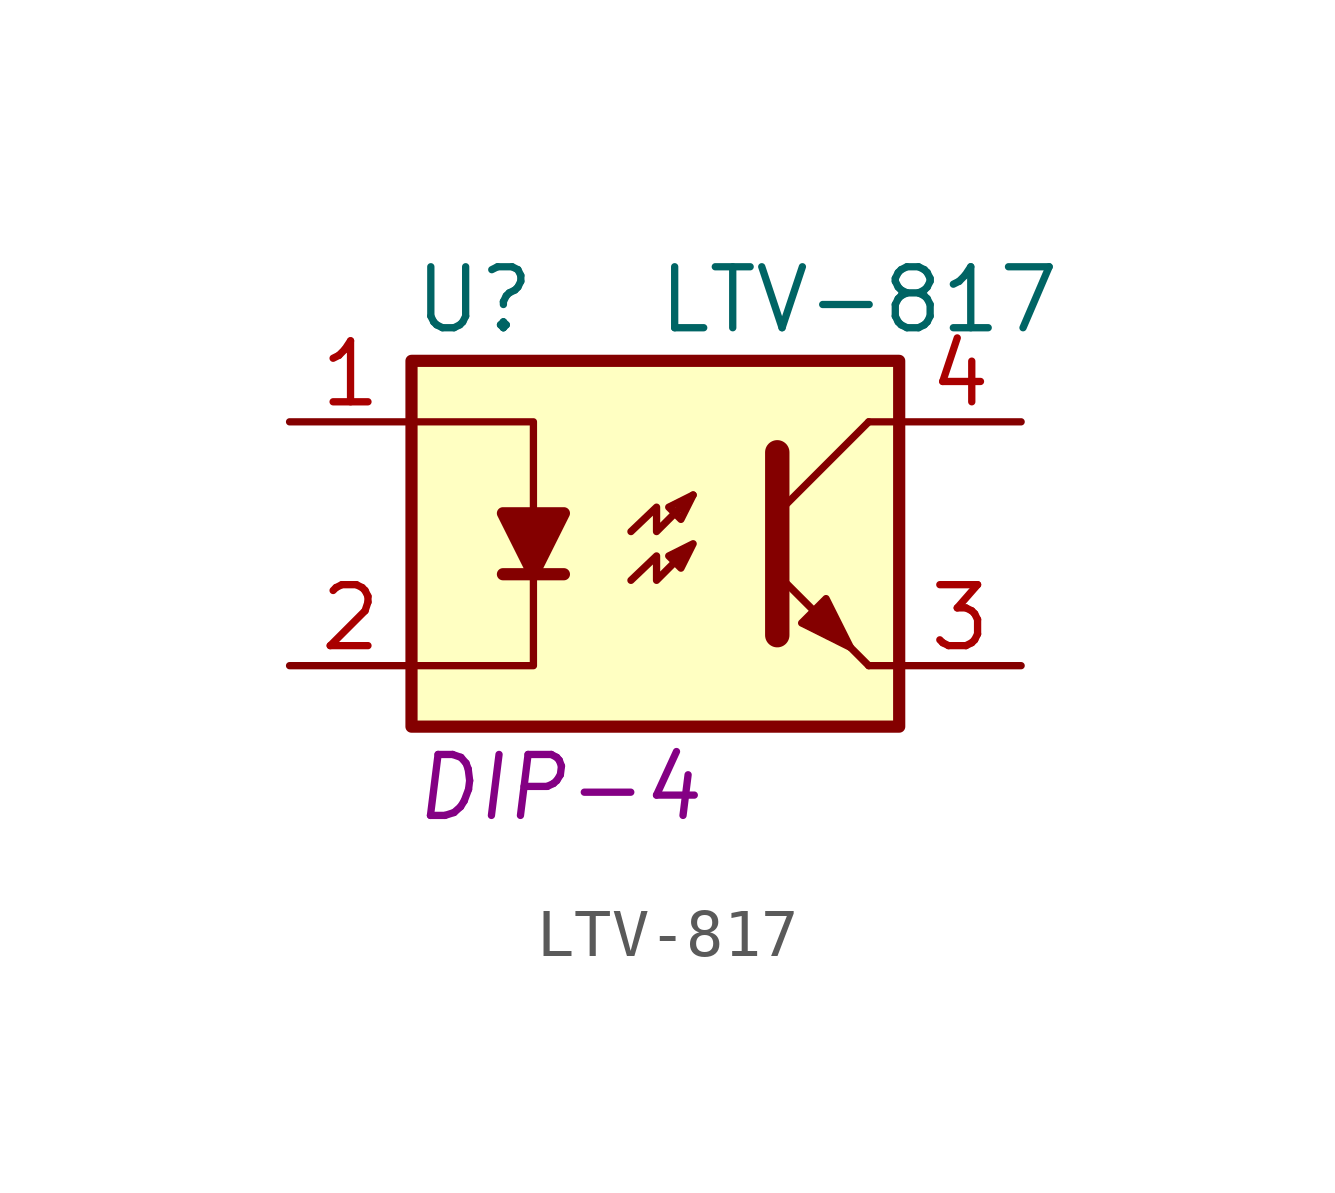
<source format=kicad_sym>
(kicad_symbol_lib
  (version 20211014)
  (generator kicad_symbol_editor)
  (symbol "LTV-817"
    (pin_names
      (offset 1.016))
    (property "Reference" "U"
      (at -5.08 5.08 0)
      (effects (font (size 1.27 1.27)) (justify left)))
    (property "Value" "LTV-817"
      (at 0 5.08 0)
      (effects (font (size 1.27 1.27)) (justify left)))
    (property "Footprint" "DIP-4"
      (at -5.08 -5.08 0)
      (effects (font (size 1.27 1.27) italic) (justify left)))
    (property "Datasheet" ""
      (at 0 -2.54 0)
      (effects (font (size 1.27 1.27)) (justify left)))
    (symbol "LTV-817_0_1"
      (rectangle (start -5.08 3.81) (end 5.08 -3.81) (stroke (width 0.254) (type default) (color 0 0 0 0)) (fill (type background)))
      (polyline (pts (xy -3.175 -0.635) (xy -1.905 -0.635)) (stroke (width 0.254) (type default) (color 0 0 0 0)) (fill (type none)))
      (polyline (pts (xy 2.54 0.635) (xy 4.445 2.54)) (stroke (width 0) (type default) (color 0 0 0 0)) (fill (type none)))
      (polyline (pts (xy 4.445 -2.54) (xy 2.54 -0.635)) (stroke (width 0) (type default) (color 0 0 0 0)) (fill (type outline)))
      (polyline (pts (xy 4.445 -2.54) (xy 5.08 -2.54)) (stroke (width 0) (type default) (color 0 0 0 0)) (fill (type none)))
      (polyline (pts (xy 4.445 2.54) (xy 5.08 2.54)) (stroke (width 0) (type default) (color 0 0 0 0)) (fill (type none)))
      (polyline (pts (xy -5.08 2.54) (xy -2.54 2.54) (xy -2.54 0.635)) (stroke (width 0) (type default) (color 0 0 0 0)) (fill (type none)))
      (polyline (pts (xy -2.54 -0.635) (xy -2.54 -2.54) (xy -5.08 -2.54)) (stroke (width 0) (type default) (color 0 0 0 0)) (fill (type none)))
      (polyline (pts (xy 2.54 1.905) (xy 2.54 -1.905) (xy 2.54 -1.905)) (stroke (width 0.508) (type default) (color 0 0 0 0)) (fill (type none)))
      (polyline (pts (xy -2.54 -0.635) (xy -3.175 0.635) (xy -1.905 0.635) (xy -2.54 -0.635)) (stroke (width 0.254) (type default) (color 0 0 0 0)) (fill (type outline)))
      (polyline (pts (xy -0.508 0.254) (xy 0.025 0.762) (xy 0.025 0.254) (xy 0.787 1.016)) (stroke (width 0) (type default) (color 0 0 0 0)) (fill (type none)))
      (polyline (pts (xy 0.787 1.016) (xy 0.279 0.762) (xy 0.533 0.508) (xy 0.787 1.016)) (stroke (width 0) (type default) (color 0 0 0 0)) (fill (type none)))
      (polyline (pts (xy 3.048 -1.651) (xy 3.556 -1.143) (xy 4.064 -2.159) (xy 3.048 -1.651) (xy 3.048 -1.651)) (stroke (width 0) (type default) (color 0 0 0 0)) (fill (type outline)))
      (polyline (pts (xy -0.508 -0.762) (xy 0.025 -0.254) (xy 0.025 -0.762) (xy 0.787 0) (xy 0.279 -0.254) (xy 0.533 -0.508) (xy 0.787 0)) (stroke (width 0) (type default) (color 0 0 0 0)) (fill (type none))))
    (symbol "LTV-817_1_1"
      (pin passive line (at -7.62 2.54 0) (length 2.54) (name "~" (effects (font (size 1.27 1.27)))) (number "1" (effects (font (size 1.27 1.27)))))
      (pin passive line (at -7.62 -2.54 0) (length 2.54) (name "~" (effects (font (size 1.27 1.27)))) (number "2" (effects (font (size 1.27 1.27)))))
      (pin passive line (at 7.62 -2.54 180) (length 2.54) (name "~" (effects (font (size 1.27 1.27)))) (number "3" (effects (font (size 1.27 1.27)))))
      (pin passive line (at 7.62 2.54 180) (length 2.54) (name "~" (effects (font (size 1.27 1.27)))) (number "4" (effects (font (size 1.27 1.27))))))))
</source>
